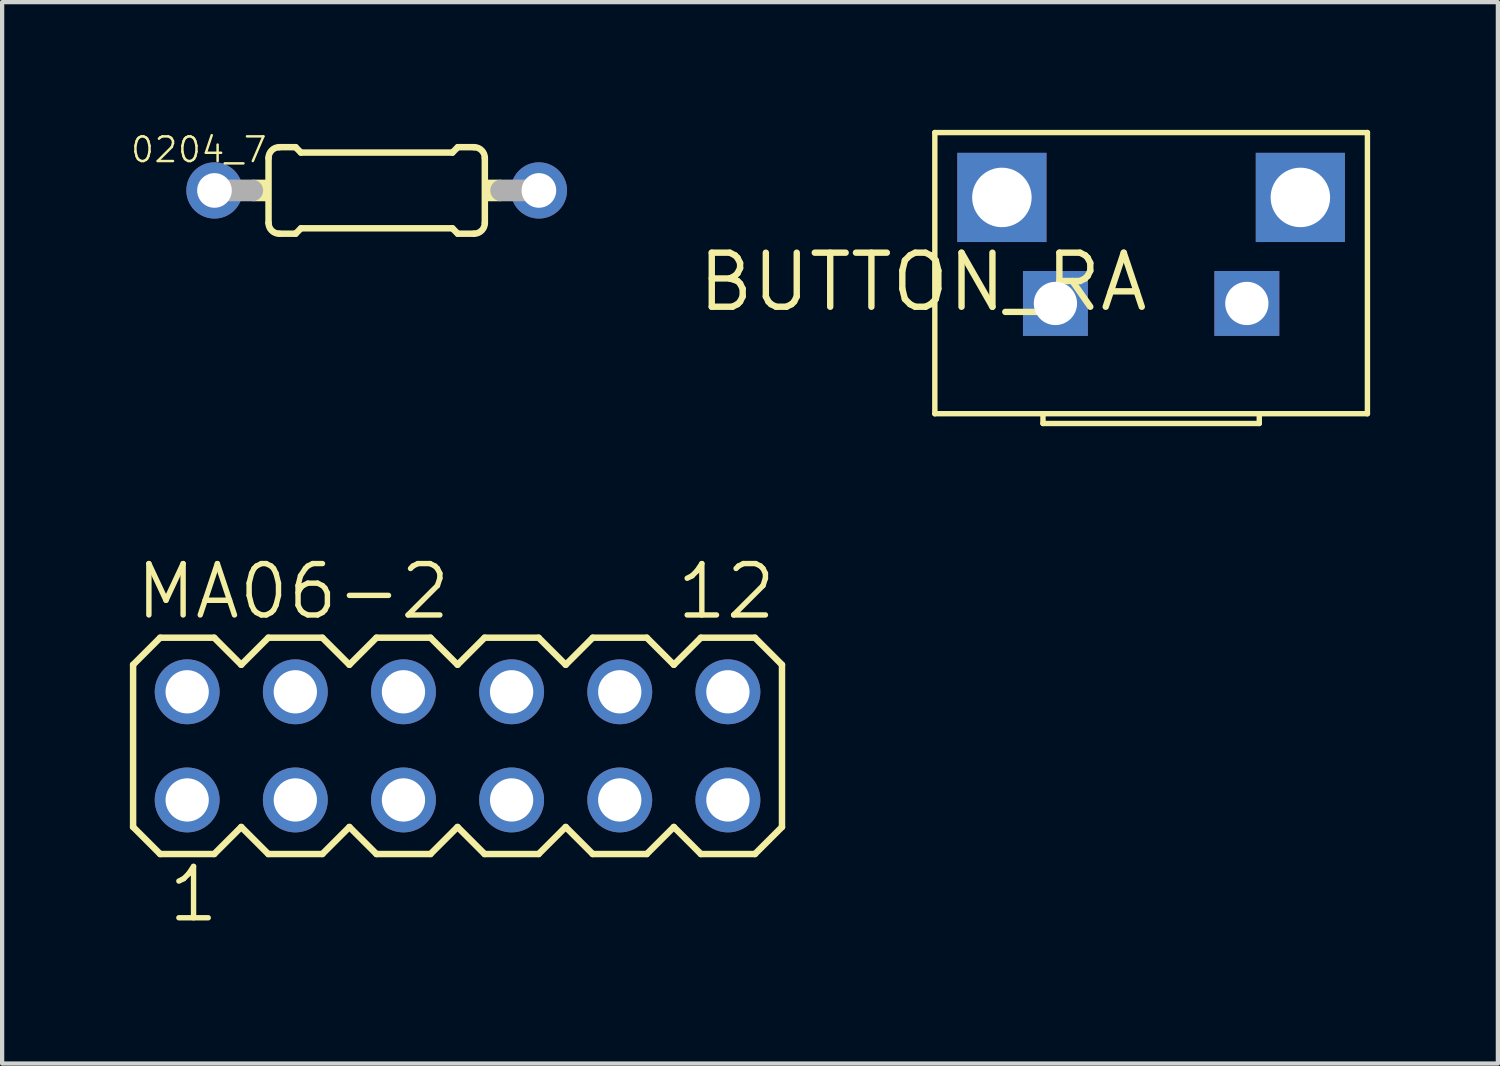
<source format=kicad_pcb>
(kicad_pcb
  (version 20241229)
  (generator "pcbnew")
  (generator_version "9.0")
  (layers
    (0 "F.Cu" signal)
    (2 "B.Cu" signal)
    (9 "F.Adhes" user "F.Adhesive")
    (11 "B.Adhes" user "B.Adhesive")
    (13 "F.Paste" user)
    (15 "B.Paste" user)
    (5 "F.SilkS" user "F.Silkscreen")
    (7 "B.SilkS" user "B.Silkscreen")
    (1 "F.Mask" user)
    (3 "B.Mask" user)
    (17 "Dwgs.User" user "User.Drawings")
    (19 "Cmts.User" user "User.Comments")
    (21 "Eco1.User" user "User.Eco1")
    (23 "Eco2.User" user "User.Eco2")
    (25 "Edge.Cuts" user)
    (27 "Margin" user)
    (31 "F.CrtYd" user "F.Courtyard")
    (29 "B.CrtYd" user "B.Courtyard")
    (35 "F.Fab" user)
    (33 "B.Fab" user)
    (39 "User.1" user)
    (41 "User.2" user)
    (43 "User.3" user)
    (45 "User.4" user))
  (footprint "BUTTON_RA"
    (layer "F.Cu")
    (at 23.986 2.832)
    (property "Reference" "BUTTON_RA" (at 0 0 0) (layer "F.SilkS") (effects (font (size 1.27 1.27) (thickness 0.15)) (justify right top)))
    (attr through_hole)
    (fp_line (start -5.08 -2.769) (end 5.08 -2.769) (stroke (width 0.127) (type solid)) (layer "F.SilkS"))
    (fp_line (start -5.08 3.835) (end -5.08 -2.769) (stroke (width 0.127) (type solid)) (layer "F.SilkS"))
    (fp_line (start -2.54 3.835) (end -5.08 3.835) (stroke (width 0.127) (type solid)) (layer "F.SilkS"))
    (fp_line (start -2.54 3.835) (end -2.54 4.064) (stroke (width 0.127) (type solid)) (layer "F.SilkS"))
    (fp_line (start -2.54 4.064) (end 2.54 4.064) (stroke (width 0.127) (type solid)) (layer "F.SilkS"))
    (fp_line (start 2.54 3.835) (end -2.54 3.835) (stroke (width 0.127) (type solid)) (layer "F.SilkS"))
    (fp_line (start 2.54 4.064) (end 2.54 3.835) (stroke (width 0.127) (type solid)) (layer "F.SilkS"))
    (fp_line (start 5.08 -2.769) (end 5.08 3.835) (stroke (width 0.127) (type solid)) (layer "F.SilkS"))
    (fp_line (start 5.08 3.835) (end 2.54 3.835) (stroke (width 0.127) (type solid)) (layer "F.SilkS"))
    (pad "NC1" thru_hole rect (at -3.505 -1.245) (size 2.095 2.095) (drill 1.397) (layers "*.Cu" "*.Mask"))
    (pad "NC2" thru_hole rect (at 3.505 -1.245) (size 2.095 2.095) (drill 1.397) (layers "*.Cu" "*.Mask"))
    (pad "P$1" thru_hole rect (at -2.248 1.245) (size 1.524 1.524) (drill 1.016) (layers "*.Cu" "*.Mask"))
    (pad "P$2" thru_hole rect (at 2.248 1.245) (size 1.524 1.524) (drill 1.016) (layers "*.Cu" "*.Mask")))
  (footprint "MA06-2"
    (layer "F.Cu")
    (at 7.696 14.468)
    (property "Reference" "MA06-2" (at -7.62 -2.921 0) (layer "F.SilkS") (effects (font (size 1.206 1.206) (thickness 0.127)) (justify left bottom)))
    (attr through_hole)
    (fp_line (start -7.62 -1.905) (end -7.62 1.905) (stroke (width 0.152) (type solid)) (layer "F.SilkS"))
    (fp_line (start -7.62 1.905) (end -6.985 2.54) (stroke (width 0.152) (type solid)) (layer "F.SilkS"))
    (fp_line (start -6.985 -2.54) (end -7.62 -1.905) (stroke (width 0.152) (type solid)) (layer "F.SilkS"))
    (fp_line (start -6.985 -2.54) (end -5.715 -2.54) (stroke (width 0.152) (type solid)) (layer "F.SilkS"))
    (fp_line (start -5.715 -2.54) (end -5.08 -1.905) (stroke (width 0.152) (type solid)) (layer "F.SilkS"))
    (fp_line (start -5.715 2.54) (end -6.985 2.54) (stroke (width 0.152) (type solid)) (layer "F.SilkS"))
    (fp_line (start -5.08 -1.905) (end -4.445 -2.54) (stroke (width 0.152) (type solid)) (layer "F.SilkS"))
    (fp_line (start -5.08 1.905) (end -5.715 2.54) (stroke (width 0.152) (type solid)) (layer "F.SilkS"))
    (fp_line (start -4.445 -2.54) (end -3.175 -2.54) (stroke (width 0.152) (type solid)) (layer "F.SilkS"))
    (fp_line (start -4.445 2.54) (end -5.08 1.905) (stroke (width 0.152) (type solid)) (layer "F.SilkS"))
    (fp_line (start -3.175 -2.54) (end -2.54 -1.905) (stroke (width 0.152) (type solid)) (layer "F.SilkS"))
    (fp_line (start -3.175 2.54) (end -4.445 2.54) (stroke (width 0.152) (type solid)) (layer "F.SilkS"))
    (fp_line (start -2.54 -1.905) (end -1.905 -2.54) (stroke (width 0.152) (type solid)) (layer "F.SilkS"))
    (fp_line (start -2.54 1.905) (end -3.175 2.54) (stroke (width 0.152) (type solid)) (layer "F.SilkS"))
    (fp_line (start -1.905 -2.54) (end -0.635 -2.54) (stroke (width 0.152) (type solid)) (layer "F.SilkS"))
    (fp_line (start -1.905 2.54) (end -2.54 1.905) (stroke (width 0.152) (type solid)) (layer "F.SilkS"))
    (fp_line (start -0.635 -2.54) (end 0 -1.905) (stroke (width 0.152) (type solid)) (layer "F.SilkS"))
    (fp_line (start -0.635 2.54) (end -1.905 2.54) (stroke (width 0.152) (type solid)) (layer "F.SilkS"))
    (fp_line (start 0 1.905) (end -0.635 2.54) (stroke (width 0.152) (type solid)) (layer "F.SilkS"))
    (fp_line (start 0 1.905) (end 0.635 2.54) (stroke (width 0.152) (type solid)) (layer "F.SilkS"))
    (fp_line (start 0.635 -2.54) (end 0 -1.905) (stroke (width 0.152) (type solid)) (layer "F.SilkS"))
    (fp_line (start 0.635 -2.54) (end 1.905 -2.54) (stroke (width 0.152) (type solid)) (layer "F.SilkS"))
    (fp_line (start 1.905 -2.54) (end 2.54 -1.905) (stroke (width 0.152) (type solid)) (layer "F.SilkS"))
    (fp_line (start 1.905 2.54) (end 0.635 2.54) (stroke (width 0.152) (type solid)) (layer "F.SilkS"))
    (fp_line (start 2.54 -1.905) (end 3.175 -2.54) (stroke (width 0.152) (type solid)) (layer "F.SilkS"))
    (fp_line (start 2.54 1.905) (end 1.905 2.54) (stroke (width 0.152) (type solid)) (layer "F.SilkS"))
    (fp_line (start 3.175 -2.54) (end 4.445 -2.54) (stroke (width 0.152) (type solid)) (layer "F.SilkS"))
    (fp_line (start 3.175 2.54) (end 2.54 1.905) (stroke (width 0.152) (type solid)) (layer "F.SilkS"))
    (fp_line (start 4.445 -2.54) (end 5.08 -1.905) (stroke (width 0.152) (type solid)) (layer "F.SilkS"))
    (fp_line (start 4.445 2.54) (end 3.175 2.54) (stroke (width 0.152) (type solid)) (layer "F.SilkS"))
    (fp_line (start 5.08 -1.905) (end 5.715 -2.54) (stroke (width 0.152) (type solid)) (layer "F.SilkS"))
    (fp_line (start 5.08 1.905) (end 4.445 2.54) (stroke (width 0.152) (type solid)) (layer "F.SilkS"))
    (fp_line (start 5.715 -2.54) (end 6.985 -2.54) (stroke (width 0.152) (type solid)) (layer "F.SilkS"))
    (fp_line (start 5.715 2.54) (end 5.08 1.905) (stroke (width 0.152) (type solid)) (layer "F.SilkS"))
    (fp_line (start 6.985 -2.54) (end 7.62 -1.905) (stroke (width 0.152) (type solid)) (layer "F.SilkS"))
    (fp_line (start 6.985 2.54) (end 5.715 2.54) (stroke (width 0.152) (type solid)) (layer "F.SilkS"))
    (fp_line (start 7.62 -1.905) (end 7.62 1.905) (stroke (width 0.152) (type solid)) (layer "F.SilkS"))
    (fp_line (start 7.62 1.905) (end 6.985 2.54) (stroke (width 0.152) (type solid)) (layer "F.SilkS"))
    (fp_poly (pts (xy -6.604 -1.016) (xy -6.096 -1.016) (xy -6.096 -1.524) (xy -6.604 -1.524)) (stroke (width 0.1) (type solid)) (fill no) (layer "F.Fab"))
    (fp_poly (pts (xy -6.604 1.524) (xy -6.096 1.524) (xy -6.096 1.016) (xy -6.604 1.016)) (stroke (width 0.1) (type solid)) (fill no) (layer "F.Fab"))
    (fp_poly (pts (xy -4.064 -1.016) (xy -3.556 -1.016) (xy -3.556 -1.524) (xy -4.064 -1.524)) (stroke (width 0.1) (type solid)) (fill no) (layer "F.Fab"))
    (fp_poly (pts (xy -4.064 1.524) (xy -3.556 1.524) (xy -3.556 1.016) (xy -4.064 1.016)) (stroke (width 0.1) (type solid)) (fill no) (layer "F.Fab"))
    (fp_poly (pts (xy -1.524 -1.016) (xy -1.016 -1.016) (xy -1.016 -1.524) (xy -1.524 -1.524)) (stroke (width 0.1) (type solid)) (fill no) (layer "F.Fab"))
    (fp_poly (pts (xy -1.524 1.524) (xy -1.016 1.524) (xy -1.016 1.016) (xy -1.524 1.016)) (stroke (width 0.1) (type solid)) (fill no) (layer "F.Fab"))
    (fp_poly (pts (xy 1.016 -1.016) (xy 1.524 -1.016) (xy 1.524 -1.524) (xy 1.016 -1.524)) (stroke (width 0.1) (type solid)) (fill no) (layer "F.Fab"))
    (fp_poly (pts (xy 1.016 1.524) (xy 1.524 1.524) (xy 1.524 1.016) (xy 1.016 1.016)) (stroke (width 0.1) (type solid)) (fill no) (layer "F.Fab"))
    (fp_poly (pts (xy 3.556 -1.016) (xy 4.064 -1.016) (xy 4.064 -1.524) (xy 3.556 -1.524)) (stroke (width 0.1) (type solid)) (fill no) (layer "F.Fab"))
    (fp_poly (pts (xy 3.556 1.524) (xy 4.064 1.524) (xy 4.064 1.016) (xy 3.556 1.016)) (stroke (width 0.1) (type solid)) (fill no) (layer "F.Fab"))
    (fp_poly (pts (xy 6.096 -1.016) (xy 6.604 -1.016) (xy 6.604 -1.524) (xy 6.096 -1.524)) (stroke (width 0.1) (type solid)) (fill no) (layer "F.Fab"))
    (fp_poly (pts (xy 6.096 1.524) (xy 6.604 1.524) (xy 6.604 1.016) (xy 6.096 1.016)) (stroke (width 0.1) (type solid)) (fill no) (layer "F.Fab"))
    (fp_text user "1" (at -6.858 4.191 0) (layer "F.SilkS") (effects (font (size 1.206 1.206) (thickness 0.127)) (justify left bottom)))
    (fp_text user "12" (at 5.08 -2.921 0) (layer "F.SilkS") (effects (font (size 1.206 1.206) (thickness 0.127)) (justify left bottom)))
    (pad "1" thru_hole circle (at -6.35 1.27) (size 1.524 1.524) (drill 1.016) (layers "*.Cu" "*.Mask"))
    (pad "2" thru_hole circle (at -6.35 -1.27) (size 1.524 1.524) (drill 1.016) (layers "*.Cu" "*.Mask"))
    (pad "3" thru_hole circle (at -3.81 1.27) (size 1.524 1.524) (drill 1.016) (layers "*.Cu" "*.Mask"))
    (pad "4" thru_hole circle (at -3.81 -1.27) (size 1.524 1.524) (drill 1.016) (layers "*.Cu" "*.Mask"))
    (pad "5" thru_hole circle (at -1.27 1.27) (size 1.524 1.524) (drill 1.016) (layers "*.Cu" "*.Mask"))
    (pad "6" thru_hole circle (at -1.27 -1.27) (size 1.524 1.524) (drill 1.016) (layers "*.Cu" "*.Mask"))
    (pad "7" thru_hole circle (at 1.27 1.27) (size 1.524 1.524) (drill 1.016) (layers "*.Cu" "*.Mask"))
    (pad "8" thru_hole circle (at 1.27 -1.27) (size 1.524 1.524) (drill 1.016) (layers "*.Cu" "*.Mask"))
    (pad "9" thru_hole circle (at 3.81 1.27) (size 1.524 1.524) (drill 1.016) (layers "*.Cu" "*.Mask"))
    (pad "10" thru_hole circle (at 3.81 -1.27) (size 1.524 1.524) (drill 1.016) (layers "*.Cu" "*.Mask"))
    (pad "11" thru_hole circle (at 6.35 1.27) (size 1.524 1.524) (drill 1.016) (layers "*.Cu" "*.Mask"))
    (pad "12" thru_hole circle (at 6.35 -1.27) (size 1.524 1.524) (drill 1.016) (layers "*.Cu" "*.Mask")))
  (footprint "0204_7"
    (layer "F.Cu")
    (at 5.797 1.423)
    (property "Reference" "0204_7" (at -2.54 -1.295 0) (layer "F.SilkS") (effects (font (size 0.579 0.579) (thickness 0.058)) (justify right top)))
    (attr through_hole)
    (fp_line (start -2.54 0.762) (end -2.54 -0.762) (stroke (width 0.152) (type solid)) (layer "F.SilkS"))
    (fp_line (start -2.286 -1.016) (end -1.905 -1.016) (stroke (width 0.152) (type solid)) (layer "F.SilkS"))
    (fp_line (start -2.286 1.016) (end -1.905 1.016) (stroke (width 0.152) (type solid)) (layer "F.SilkS"))
    (fp_line (start -1.778 -0.889) (end -1.905 -1.016) (stroke (width 0.152) (type solid)) (layer "F.SilkS"))
    (fp_line (start -1.778 0.889) (end -1.905 1.016) (stroke (width 0.152) (type solid)) (layer "F.SilkS"))
    (fp_line (start 1.778 -0.889) (end -1.778 -0.889) (stroke (width 0.152) (type solid)) (layer "F.SilkS"))
    (fp_line (start 1.778 -0.889) (end 1.905 -1.016) (stroke (width 0.152) (type solid)) (layer "F.SilkS"))
    (fp_line (start 1.778 0.889) (end -1.778 0.889) (stroke (width 0.152) (type solid)) (layer "F.SilkS"))
    (fp_line (start 1.778 0.889) (end 1.905 1.016) (stroke (width 0.152) (type solid)) (layer "F.SilkS"))
    (fp_line (start 2.286 -1.016) (end 1.905 -1.016) (stroke (width 0.152) (type solid)) (layer "F.SilkS"))
    (fp_line (start 2.286 1.016) (end 1.905 1.016) (stroke (width 0.152) (type solid)) (layer "F.SilkS"))
    (fp_line (start 2.54 0.762) (end 2.54 -0.762) (stroke (width 0.152) (type solid)) (layer "F.SilkS"))
    (fp_arc (start -2.54 -0.762) (mid -2.465605 -0.941605) (end -2.286 -1.016) (stroke (width 0.1524) (type solid)) (layer "F.SilkS"))
    (fp_arc (start -2.286 1.016) (mid -2.465605 0.941605) (end -2.54 0.762) (stroke (width 0.1524) (type solid)) (layer "F.SilkS"))
    (fp_arc (start 2.286 -1.016) (mid 2.465605 -0.941605) (end 2.54 -0.762) (stroke (width 0.1524) (type solid)) (layer "F.SilkS"))
    (fp_arc (start 2.54 0.762) (mid 2.465605 0.941605) (end 2.286 1.016) (stroke (width 0.1524) (type solid)) (layer "F.SilkS"))
    (fp_poly (pts (xy -2.921 0.254) (xy -2.54 0.254) (xy -2.54 -0.254) (xy -2.921 -0.254)) (stroke (width 0) (type solid)) (fill yes) (layer "F.SilkS"))
    (fp_poly (pts (xy 2.54 0.254) (xy 2.921 0.254) (xy 2.921 -0.254) (xy 2.54 -0.254)) (stroke (width 0) (type solid)) (fill yes) (layer "F.SilkS"))
    (fp_line (start -3.81 0) (end -2.921 0) (stroke (width 0.508) (type solid)) (layer "F.Fab"))
    (fp_line (start 3.81 0) (end 2.921 0) (stroke (width 0.508) (type solid)) (layer "F.Fab"))
    (pad "1" thru_hole circle (at -3.81 0) (size 1.321 1.321) (drill 0.813) (layers "*.Cu" "*.Mask"))
    (pad "2" thru_hole circle (at 3.81 0) (size 1.321 1.321) (drill 0.813) (layers "*.Cu" "*.Mask")))
  (gr_rect
    (start -3 -3)
    (end 32.13 21.929)
    (stroke (width 0.1) (type default))
    (fill no)
    (layer "Edge.Cuts")))
</source>
